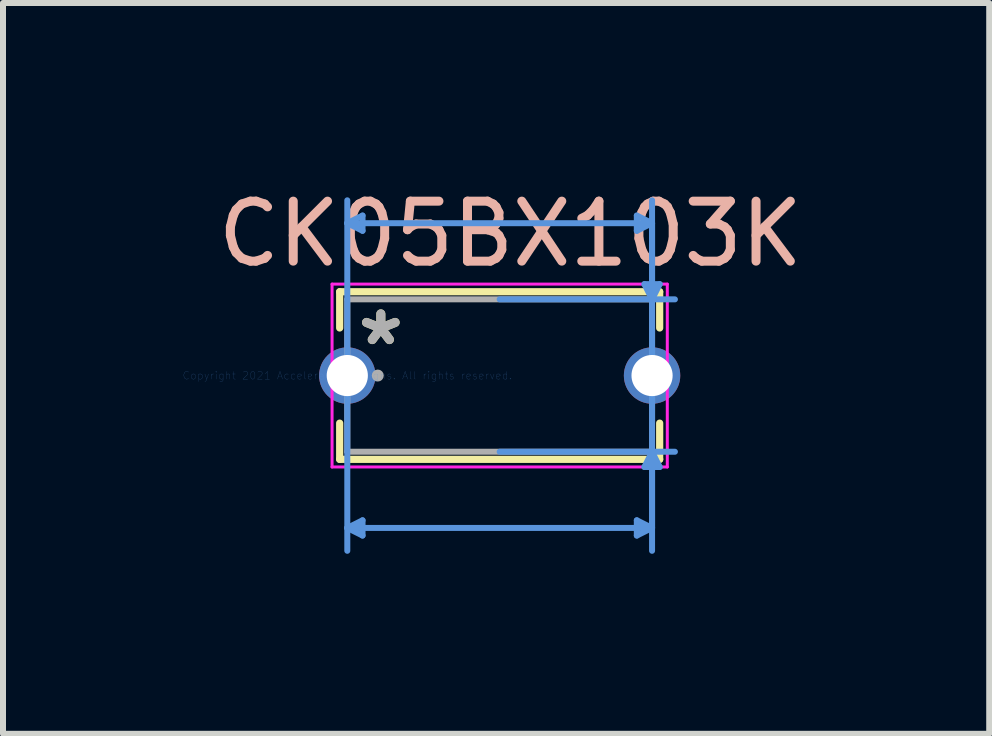
<source format=kicad_pcb>
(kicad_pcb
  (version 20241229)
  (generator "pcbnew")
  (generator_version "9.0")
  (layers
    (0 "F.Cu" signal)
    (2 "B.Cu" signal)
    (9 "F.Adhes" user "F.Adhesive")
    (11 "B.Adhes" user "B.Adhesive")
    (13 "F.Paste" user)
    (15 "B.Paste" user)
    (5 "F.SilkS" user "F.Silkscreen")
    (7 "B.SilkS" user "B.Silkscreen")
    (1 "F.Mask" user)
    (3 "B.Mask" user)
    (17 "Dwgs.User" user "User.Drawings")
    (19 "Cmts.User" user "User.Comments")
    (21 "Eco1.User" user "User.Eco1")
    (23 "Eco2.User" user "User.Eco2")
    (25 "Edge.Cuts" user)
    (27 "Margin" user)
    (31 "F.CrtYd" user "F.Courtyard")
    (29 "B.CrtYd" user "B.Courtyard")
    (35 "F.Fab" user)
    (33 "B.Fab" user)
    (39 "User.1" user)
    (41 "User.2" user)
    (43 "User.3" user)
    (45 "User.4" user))
  (footprint "CK05BX103K"
    (layer "F.Cu")
    (at 2.739 3.21)
    (property "Reference" "CK05BX103K" (at 2.718 -2.362 0) (layer "B.SilkS") (effects (font (size 1 1) (thickness 0.15))))
    (attr through_hole)
    (fp_line (start -0.127 -1.397) (end -0.127 -0.793) (stroke (width 0.12) (type solid)) (layer "F.SilkS"))
    (fp_line (start -0.127 0.793) (end -0.127 1.397) (stroke (width 0.12) (type solid)) (layer "F.SilkS"))
    (fp_line (start 5.207 -1.397) (end -0.127 -1.397) (stroke (width 0.12) (type solid)) (layer "F.SilkS"))
    (fp_line (start 5.207 -1.397) (end 5.207 -0.793) (stroke (width 0.12) (type solid)) (layer "F.SilkS"))
    (fp_line (start 5.207 0.793) (end 5.207 1.397) (stroke (width 0.12) (type solid)) (layer "F.SilkS"))
    (fp_line (start 5.207 1.397) (end -0.127 1.397) (stroke (width 0.12) (type solid)) (layer "F.SilkS"))
    (fp_line (start 0 -2.54) (end 0.254 -2.667) (stroke (width 0.1) (type solid)) (layer "Cmts.User"))
    (fp_line (start 0 -2.54) (end 0.254 -2.413) (stroke (width 0.1) (type solid)) (layer "Cmts.User"))
    (fp_line (start 0 -2.54) (end 5.08 -2.54) (stroke (width 0.1) (type solid)) (layer "Cmts.User"))
    (fp_line (start 0 0) (end 0 -2.921) (stroke (width 0.1) (type solid)) (layer "Cmts.User"))
    (fp_line (start 0 0) (end 0 2.921) (stroke (width 0.1) (type solid)) (layer "Cmts.User"))
    (fp_line (start 0 2.54) (end 0.254 2.413) (stroke (width 0.1) (type solid)) (layer "Cmts.User"))
    (fp_line (start 0 2.54) (end 0.254 2.667) (stroke (width 0.1) (type solid)) (layer "Cmts.User"))
    (fp_line (start 0 2.54) (end 5.08 2.54) (stroke (width 0.1) (type solid)) (layer "Cmts.User"))
    (fp_line (start 0.254 -2.667) (end 0.254 -2.413) (stroke (width 0.1) (type solid)) (layer "Cmts.User"))
    (fp_line (start 0.254 2.413) (end 0.254 2.667) (stroke (width 0.1) (type solid)) (layer "Cmts.User"))
    (fp_line (start 2.54 -1.27) (end 5.461 -1.27) (stroke (width 0.1) (type solid)) (layer "Cmts.User"))
    (fp_line (start 2.54 1.27) (end 5.461 1.27) (stroke (width 0.1) (type solid)) (layer "Cmts.User"))
    (fp_line (start 4.826 -2.667) (end 4.826 -2.413) (stroke (width 0.1) (type solid)) (layer "Cmts.User"))
    (fp_line (start 4.826 2.413) (end 4.826 2.667) (stroke (width 0.1) (type solid)) (layer "Cmts.User"))
    (fp_line (start 4.953 -1.524) (end 5.207 -1.524) (stroke (width 0.1) (type solid)) (layer "Cmts.User"))
    (fp_line (start 4.953 1.524) (end 5.207 1.524) (stroke (width 0.1) (type solid)) (layer "Cmts.User"))
    (fp_line (start 5.08 -2.54) (end 4.826 -2.667) (stroke (width 0.1) (type solid)) (layer "Cmts.User"))
    (fp_line (start 5.08 -2.54) (end 4.826 -2.413) (stroke (width 0.1) (type solid)) (layer "Cmts.User"))
    (fp_line (start 5.08 -1.27) (end 4.953 -1.524) (stroke (width 0.1) (type solid)) (layer "Cmts.User"))
    (fp_line (start 5.08 -1.27) (end 5.08 -2.54) (stroke (width 0.1) (type solid)) (layer "Cmts.User"))
    (fp_line (start 5.08 -1.27) (end 5.207 -1.524) (stroke (width 0.1) (type solid)) (layer "Cmts.User"))
    (fp_line (start 5.08 0) (end 5.08 -2.921) (stroke (width 0.1) (type solid)) (layer "Cmts.User"))
    (fp_line (start 5.08 0) (end 5.08 2.921) (stroke (width 0.1) (type solid)) (layer "Cmts.User"))
    (fp_line (start 5.08 1.27) (end 4.953 1.524) (stroke (width 0.1) (type solid)) (layer "Cmts.User"))
    (fp_line (start 5.08 1.27) (end 5.08 2.54) (stroke (width 0.1) (type solid)) (layer "Cmts.User"))
    (fp_line (start 5.08 1.27) (end 5.207 1.524) (stroke (width 0.1) (type solid)) (layer "Cmts.User"))
    (fp_line (start 5.08 2.54) (end 4.826 2.413) (stroke (width 0.1) (type solid)) (layer "Cmts.User"))
    (fp_line (start 5.08 2.54) (end 4.826 2.667) (stroke (width 0.1) (type solid)) (layer "Cmts.User"))
    (fp_line (start -0.254 -1.524) (end 5.334 -1.524) (stroke (width 0.05) (type solid)) (layer "F.CrtYd"))
    (fp_line (start -0.254 1.524) (end -0.254 -1.524) (stroke (width 0.05) (type solid)) (layer "F.CrtYd"))
    (fp_line (start 5.334 -1.524) (end 5.334 1.524) (stroke (width 0.05) (type solid)) (layer "F.CrtYd"))
    (fp_line (start 5.334 1.524) (end -0.254 1.524) (stroke (width 0.05) (type solid)) (layer "F.CrtYd"))
    (fp_line (start 0 -1.27) (end 0 1.27) (stroke (width 0.1) (type solid)) (layer "F.Fab"))
    (fp_line (start 5.08 -1.27) (end 0 -1.27) (stroke (width 0.1) (type solid)) (layer "F.Fab"))
    (fp_line (start 5.08 -1.27) (end 5.08 1.27) (stroke (width 0.1) (type solid)) (layer "F.Fab"))
    (fp_line (start 5.08 1.27) (end 0 1.27) (stroke (width 0.1) (type solid)) (layer "F.Fab"))
    (fp_circle (center 0.508 0) (end 0.508 0) (stroke (width 0.1) (type solid)) (fill no) (layer "F.Fab"))
    (fp_text user "*" (at 0.559 -0.483 0) (layer "F.SilkS") (effects (font (size 1 1) (thickness 0.15))))
    (fp_text user "Copyright 2021 Accelerated Designs. All rights reserved." (at 0 0 0) (layer "Cmts.User") (effects (font (size 0.127 0.127) (thickness 0.002))))
    (fp_text user "*" (at 0.559 -0.483 0) (layer "F.Fab") (effects (font (size 1 1) (thickness 0.15))))
    (pad "1" thru_hole circle (at 0 0) (size 0.94 0.94) (drill 0.686) (layers "*.Cu" "*.Mask"))
    (pad "2" thru_hole circle (at 5.08 0) (size 0.94 0.94) (drill 0.686) (layers "*.Cu" "*.Mask")))
  (gr_rect
    (start -3 -3)
    (end 13.439 9.181)
    (stroke (width 0.1) (type default))
    (fill no)
    (layer "Edge.Cuts")))
</source>
